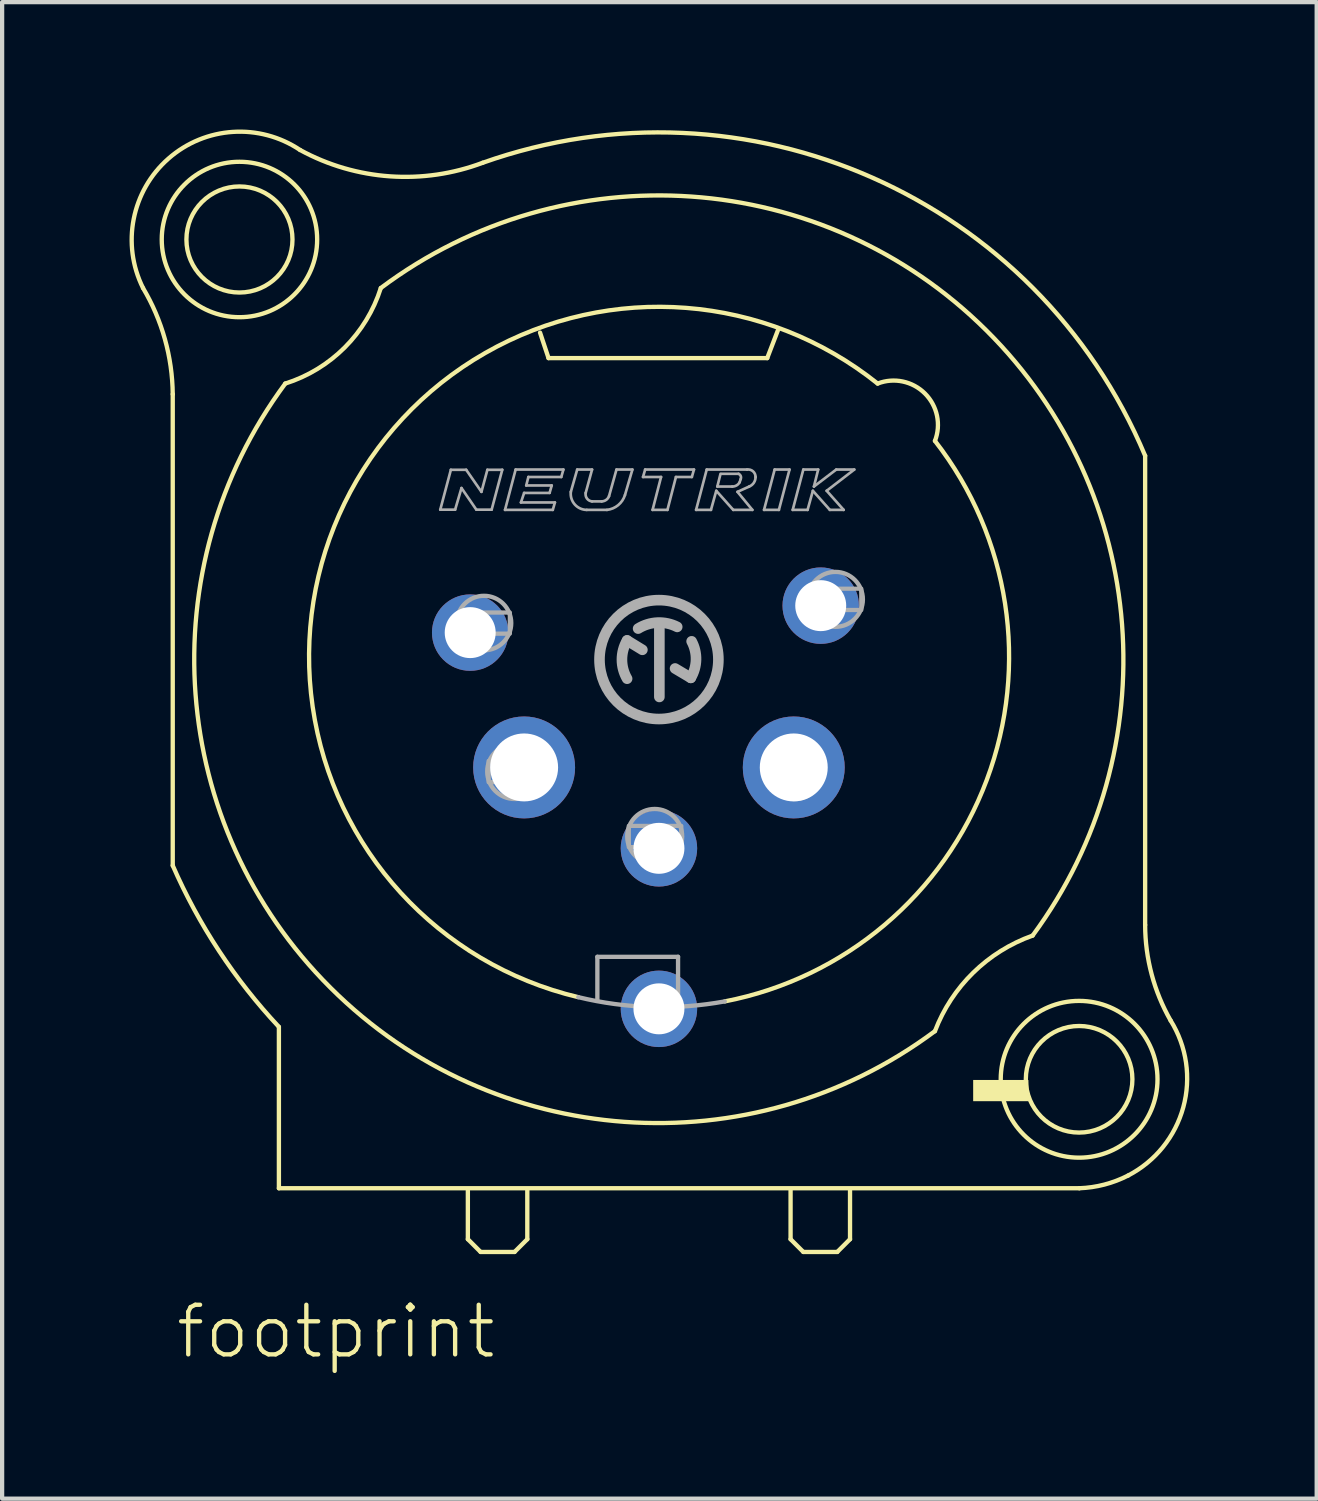
<source format=kicad_pcb>
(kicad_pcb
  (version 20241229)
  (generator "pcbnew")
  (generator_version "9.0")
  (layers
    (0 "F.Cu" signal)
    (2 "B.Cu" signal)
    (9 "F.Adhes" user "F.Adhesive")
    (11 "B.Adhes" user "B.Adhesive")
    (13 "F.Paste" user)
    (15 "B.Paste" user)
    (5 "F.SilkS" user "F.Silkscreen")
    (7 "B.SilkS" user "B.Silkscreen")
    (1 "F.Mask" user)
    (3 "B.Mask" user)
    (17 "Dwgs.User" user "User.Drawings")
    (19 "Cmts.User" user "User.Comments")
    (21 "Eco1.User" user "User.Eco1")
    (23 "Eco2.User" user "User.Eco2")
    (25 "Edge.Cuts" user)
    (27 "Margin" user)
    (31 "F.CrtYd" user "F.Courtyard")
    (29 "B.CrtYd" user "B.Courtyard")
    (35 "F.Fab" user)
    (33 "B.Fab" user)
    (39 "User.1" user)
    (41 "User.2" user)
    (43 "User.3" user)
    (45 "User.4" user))
  (footprint "footprint"
    (layer "F.Cu")
    (at 12.468 12.483)
    (property "Reference" "footprint" (at -11.43 16.51 0) (layer "F.SilkS") (effects (font (size 1.168 1.168) (thickness 0.102)) (justify left bottom)))
    (fp_line (start -11.45 -6.25) (end -11.45 4.85) (stroke (width 0.102) (type solid)) (layer "F.SilkS"))
    (fp_line (start -8.95 8.65) (end -8.95 12.45) (stroke (width 0.102) (type solid)) (layer "F.SilkS"))
    (fp_line (start -8.95 12.45) (end 9.9 12.45) (stroke (width 0.102) (type solid)) (layer "F.SilkS"))
    (fp_line (start -4.5 12.5) (end -4.5 13.65) (stroke (width 0.102) (type solid)) (layer "F.SilkS"))
    (fp_line (start -4.5 13.65) (end -4.2 13.95) (stroke (width 0.102) (type solid)) (layer "F.SilkS"))
    (fp_line (start -4.2 13.95) (end -3.4 13.95) (stroke (width 0.102) (type solid)) (layer "F.SilkS"))
    (fp_line (start -3.4 13.95) (end -3.1 13.65) (stroke (width 0.102) (type solid)) (layer "F.SilkS"))
    (fp_line (start -3.1 13.65) (end -3.1 12.5) (stroke (width 0.102) (type solid)) (layer "F.SilkS"))
    (fp_line (start -2.8 -7.7) (end -2.6 -7.1) (stroke (width 0.102) (type solid)) (layer "F.SilkS"))
    (fp_line (start -2.6 -7.1) (end 2.55 -7.1) (stroke (width 0.102) (type solid)) (layer "F.SilkS"))
    (fp_line (start 2.55 -7.1) (end 2.8 -7.75) (stroke (width 0.102) (type solid)) (layer "F.SilkS"))
    (fp_line (start 3.1 12.5) (end 3.1 13.65) (stroke (width 0.102) (type solid)) (layer "F.SilkS"))
    (fp_line (start 3.1 13.65) (end 3.4 13.95) (stroke (width 0.102) (type solid)) (layer "F.SilkS"))
    (fp_line (start 3.4 13.95) (end 4.2 13.95) (stroke (width 0.102) (type solid)) (layer "F.SilkS"))
    (fp_line (start 4.2 13.95) (end 4.5 13.65) (stroke (width 0.102) (type solid)) (layer "F.SilkS"))
    (fp_line (start 4.5 13.65) (end 4.5 12.5) (stroke (width 0.102) (type solid)) (layer "F.SilkS"))
    (fp_line (start 11.45 6.25) (end 11.45 -4.8) (stroke (width 0.102) (type solid)) (layer "F.SilkS"))
    (fp_arc (start -12.15 -8.75) (mid -11.634641 -7.5463) (end -11.45 -6.25) (stroke (width 0.1016) (type solid)) (layer "F.SilkS"))
    (fp_arc (start -12.149999 -8.75) (mid -11.550562 -11.798717) (end -8.45 -12) (stroke (width 0.1016) (type solid)) (layer "F.SilkS"))
    (fp_arc (start -8.95 8.65) (mid -10.362445 6.856872) (end -11.45 4.85) (stroke (width 0.1016) (type solid)) (layer "F.SilkS"))
    (fp_arc (start -6.55 -8.75) (mid 7.709645 -7.752825) (end 8.799998 6.499998) (stroke (width 0.1016) (type solid)) (layer "F.SilkS"))
    (fp_arc (start -6.55 -8.749999) (mid -7.399996 -7.349995) (end -8.8 -6.5) (stroke (width 0.1016) (type solid)) (layer "F.SilkS"))
    (fp_arc (start -4.15 -11.7) (mid -6.332781 -11.380141) (end -8.45 -12) (stroke (width 0.1016) (type solid)) (layer "F.SilkS"))
    (fp_arc (start -4.15 -11.7) (mid 5.021613 -11.351038) (end 11.45 -4.8) (stroke (width 0.1016) (type solid)) (layer "F.SilkS"))
    (fp_arc (start -1.9 7.95) (mid -7.405 -3.680638) (end 5.149998 -6.499999) (stroke (width 0.1016) (type solid)) (layer "F.SilkS"))
    (fp_arc (start 5.15 -6.5) (mid 6.265153 -6.265153) (end 6.5 -5.15) (stroke (width 0.1016) (type solid)) (layer "F.SilkS"))
    (fp_arc (start 6.5 -5.15) (mid 7.719787 2.835545) (end 1.550002 8.050001) (stroke (width 0.1016) (type solid)) (layer "F.SilkS"))
    (fp_arc (start 6.5 8.749999) (mid 7.402443 7.371941) (end 8.8 6.5) (stroke (width 0.1016) (type solid)) (layer "F.SilkS"))
    (fp_arc (start 6.5 8.75) (mid -7.7333 7.729886) (end -8.799998 -6.499998) (stroke (width 0.1016) (type solid)) (layer "F.SilkS"))
    (fp_arc (start 11.05 12.15) (mid 10.491533 12.363377) (end 9.9 12.45) (stroke (width 0.1016) (type solid)) (layer "F.SilkS"))
    (fp_arc (start 12.05 8.5) (mid 12.348211 10.543688) (end 11.05 12.15) (stroke (width 0.1016) (type solid)) (layer "F.SilkS"))
    (fp_arc (start 12.05 8.5) (mid 11.603713 7.41401) (end 11.45 6.25) (stroke (width 0.1016) (type solid)) (layer "F.SilkS"))
    (fp_circle (center -9.879 -9.893) (end -8.63 -9.893) (stroke (width 0.102) (type solid)) (fill no) (layer "F.SilkS"))
    (fp_circle (center -9.879 -9.893) (end -8.049 -9.893) (stroke (width 0.102) (type solid)) (fill no) (layer "F.SilkS"))
    (fp_circle (center 9.895 9.884) (end 11.15 9.884) (stroke (width 0.102) (type solid)) (fill no) (layer "F.SilkS"))
    (fp_circle (center 9.895 9.884) (end 11.741 9.884) (stroke (width 0.102) (type solid)) (fill no) (layer "F.SilkS"))
    (fp_poly (pts (xy 7.4 10.4) (xy 8.7 10.4) (xy 8.7 9.9) (xy 7.4 9.9)) (stroke (width 0) (type solid)) (fill yes) (layer "F.SilkS"))
    (fp_line (start -5.15 -3.53) (end -4.9 -4.47) (stroke (width 0.063) (type solid)) (layer "F.Fab"))
    (fp_line (start -4.9 -4.47) (end -4.54 -4.47) (stroke (width 0.063) (type solid)) (layer "F.Fab"))
    (fp_line (start -4.8 -3.53) (end -5.15 -3.53) (stroke (width 0.063) (type solid)) (layer "F.Fab"))
    (fp_line (start -4.65 -4.04) (end -4.8 -3.53) (stroke (width 0.063) (type solid)) (layer "F.Fab"))
    (fp_line (start -4.54 -4.47) (end -4.18 -3.95) (stroke (width 0.063) (type solid)) (layer "F.Fab"))
    (fp_line (start -4.3 -3.53) (end -4.65 -4.04) (stroke (width 0.063) (type solid)) (layer "F.Fab"))
    (fp_line (start -4.18 -3.95) (end -4.04 -4.47) (stroke (width 0.063) (type solid)) (layer "F.Fab"))
    (fp_line (start -4.04 -4.47) (end -3.69 -4.47) (stroke (width 0.063) (type solid)) (layer "F.Fab"))
    (fp_line (start -3.94 -3.53) (end -4.3 -3.53) (stroke (width 0.063) (type solid)) (layer "F.Fab"))
    (fp_line (start -3.69 -4.47) (end -3.94 -3.53) (stroke (width 0.063) (type solid)) (layer "F.Fab"))
    (fp_line (start -3.625 -3.525) (end -3.375 -4.475) (stroke (width 0.063) (type solid)) (layer "F.Fab"))
    (fp_line (start -3.375 -4.475) (end -2.25 -4.475) (stroke (width 0.063) (type solid)) (layer "F.Fab"))
    (fp_line (start -3.25 -3.7) (end -2.45 -3.7) (stroke (width 0.063) (type solid)) (layer "F.Fab"))
    (fp_line (start -3.175 -3.925) (end -3.25 -3.7) (stroke (width 0.063) (type solid)) (layer "F.Fab"))
    (fp_line (start -3.125 -4.1) (end -2.525 -4.1) (stroke (width 0.063) (type solid)) (layer "F.Fab"))
    (fp_line (start -3.075 -4.3) (end -3.125 -4.1) (stroke (width 0.063) (type solid)) (layer "F.Fab"))
    (fp_line (start -2.575 -3.925) (end -3.175 -3.925) (stroke (width 0.063) (type solid)) (layer "F.Fab"))
    (fp_line (start -2.525 -4.1) (end -2.575 -3.925) (stroke (width 0.063) (type solid)) (layer "F.Fab"))
    (fp_line (start -2.5 -3.525) (end -3.625 -3.525) (stroke (width 0.063) (type solid)) (layer "F.Fab"))
    (fp_line (start -2.45 -3.7) (end -2.5 -3.525) (stroke (width 0.063) (type solid)) (layer "F.Fab"))
    (fp_line (start -2.3 -4.3) (end -3.075 -4.3) (stroke (width 0.063) (type solid)) (layer "F.Fab"))
    (fp_line (start -2.25 -4.475) (end -2.3 -4.3) (stroke (width 0.063) (type solid)) (layer "F.Fab"))
    (fp_line (start -2.075 -3.95) (end -1.925 -4.475) (stroke (width 0.063) (type solid)) (layer "F.Fab"))
    (fp_line (start -1.925 -4.475) (end -1.575 -4.475) (stroke (width 0.063) (type solid)) (layer "F.Fab"))
    (fp_line (start -1.575 -4.475) (end -1.725 -3.925) (stroke (width 0.063) (type solid)) (layer "F.Fab"))
    (fp_line (start -1.575 -3.725) (end -1.35 -3.725) (stroke (width 0.063) (type solid)) (layer "F.Fab"))
    (fp_line (start -1.45 7) (end 0.45 7) (stroke (width 0.102) (type solid)) (layer "F.Fab"))
    (fp_line (start -1.45 8) (end -1.45 7) (stroke (width 0.102) (type solid)) (layer "F.Fab"))
    (fp_line (start -1.225 -3.525) (end -1.7 -3.525) (stroke (width 0.063) (type solid)) (layer "F.Fab"))
    (fp_line (start -1.175 -3.85) (end -1 -4.475) (stroke (width 0.063) (type solid)) (layer "F.Fab"))
    (fp_line (start -1 -4.475) (end -0.625 -4.475) (stroke (width 0.063) (type solid)) (layer "F.Fab"))
    (fp_line (start -0.75 -0.45) (end -0.39 -0.23) (stroke (width 0.25) (type solid)) (layer "F.Fab"))
    (fp_line (start -0.625 -4.475) (end -0.8 -3.875) (stroke (width 0.063) (type solid)) (layer "F.Fab"))
    (fp_line (start -0.375 -4.3) (end -0.325 -4.475) (stroke (width 0.063) (type solid)) (layer "F.Fab"))
    (fp_line (start -0.325 -4.475) (end 0.825 -4.475) (stroke (width 0.063) (type solid)) (layer "F.Fab"))
    (fp_line (start -0.15 -3.525) (end 0.05 -4.3) (stroke (width 0.063) (type solid)) (layer "F.Fab"))
    (fp_line (start 0.01 0.88) (end 0.01 -0.78) (stroke (width 0.25) (type solid)) (layer "F.Fab"))
    (fp_line (start 0.05 -4.3) (end -0.375 -4.3) (stroke (width 0.063) (type solid)) (layer "F.Fab"))
    (fp_line (start 0.2 -3.525) (end -0.15 -3.525) (stroke (width 0.063) (type solid)) (layer "F.Fab"))
    (fp_line (start 0.38 0.21) (end 0.75 0.43) (stroke (width 0.25) (type solid)) (layer "F.Fab"))
    (fp_line (start 0.4 -4.3) (end 0.2 -3.525) (stroke (width 0.063) (type solid)) (layer "F.Fab"))
    (fp_line (start 0.45 7) (end 0.45 8.15) (stroke (width 0.102) (type solid)) (layer "F.Fab"))
    (fp_line (start 0.775 -4.3) (end 0.4 -4.3) (stroke (width 0.063) (type solid)) (layer "F.Fab"))
    (fp_line (start 0.825 -4.475) (end 0.775 -4.3) (stroke (width 0.063) (type solid)) (layer "F.Fab"))
    (fp_line (start 0.875 -3.525) (end 1.125 -4.475) (stroke (width 0.063) (type solid)) (layer "F.Fab"))
    (fp_line (start 1.125 -4.475) (end 2.075 -4.475) (stroke (width 0.063) (type solid)) (layer "F.Fab"))
    (fp_line (start 1.225 -3.525) (end 0.875 -3.525) (stroke (width 0.063) (type solid)) (layer "F.Fab"))
    (fp_line (start 1.35 -3.975) (end 1.225 -3.525) (stroke (width 0.063) (type solid)) (layer "F.Fab"))
    (fp_line (start 1.375 -4.075) (end 1.725 -4.075) (stroke (width 0.063) (type solid)) (layer "F.Fab"))
    (fp_line (start 1.45 -4.375) (end 1.375 -4.075) (stroke (width 0.063) (type solid)) (layer "F.Fab"))
    (fp_line (start 1.75 -3.525) (end 1.35 -3.975) (stroke (width 0.063) (type solid)) (layer "F.Fab"))
    (fp_line (start 1.85 -3.95) (end 2.2 -3.525) (stroke (width 0.063) (type solid)) (layer "F.Fab"))
    (fp_line (start 1.875 -4.375) (end 1.475 -4.375) (stroke (width 0.063) (type solid)) (layer "F.Fab"))
    (fp_line (start 1.9 -4.175) (end 1.925 -4.25) (stroke (width 0.063) (type solid)) (layer "F.Fab"))
    (fp_line (start 2.125 -4.075) (end 1.85 -3.95) (stroke (width 0.063) (type solid)) (layer "F.Fab"))
    (fp_line (start 2.2 -3.525) (end 1.75 -3.525) (stroke (width 0.063) (type solid)) (layer "F.Fab"))
    (fp_line (start 2.475 -3.525) (end 2.725 -4.475) (stroke (width 0.063) (type solid)) (layer "F.Fab"))
    (fp_line (start 2.725 -4.475) (end 3.075 -4.475) (stroke (width 0.063) (type solid)) (layer "F.Fab"))
    (fp_line (start 2.825 -3.525) (end 2.475 -3.525) (stroke (width 0.063) (type solid)) (layer "F.Fab"))
    (fp_line (start 3.075 -4.475) (end 2.825 -3.525) (stroke (width 0.063) (type solid)) (layer "F.Fab"))
    (fp_line (start 3.15 -3.525) (end 3.5 -3.525) (stroke (width 0.063) (type solid)) (layer "F.Fab"))
    (fp_line (start 3.4 -4.475) (end 3.15 -3.525) (stroke (width 0.063) (type solid)) (layer "F.Fab"))
    (fp_line (start 3.5 -3.525) (end 3.625 -3.975) (stroke (width 0.063) (type solid)) (layer "F.Fab"))
    (fp_line (start 3.625 -3.975) (end 4.025 -3.525) (stroke (width 0.063) (type solid)) (layer "F.Fab"))
    (fp_line (start 3.65 -4.075) (end 3.75 -4.475) (stroke (width 0.063) (type solid)) (layer "F.Fab"))
    (fp_line (start 3.75 -4.475) (end 3.4 -4.475) (stroke (width 0.063) (type solid)) (layer "F.Fab"))
    (fp_line (start 3.95 -3.975) (end 4.6 -4.475) (stroke (width 0.063) (type solid)) (layer "F.Fab"))
    (fp_line (start 4.025 -3.525) (end 4.35 -3.525) (stroke (width 0.063) (type solid)) (layer "F.Fab"))
    (fp_line (start 4.175 -4.475) (end 3.65 -4.075) (stroke (width 0.063) (type solid)) (layer "F.Fab"))
    (fp_line (start 4.35 -3.525) (end 3.95 -3.975) (stroke (width 0.063) (type solid)) (layer "F.Fab"))
    (fp_line (start 4.6 -4.475) (end 4.175 -4.475) (stroke (width 0.063) (type solid)) (layer "F.Fab"))
    (fp_arc (start -1.7 -3.525) (mid -1.982521 -3.653658) (end -2.075 -3.95) (stroke (width 0.0634) (type solid)) (layer "F.Fab"))
    (fp_arc (start -1.575001 -3.724999) (mid -1.694241 -3.79182) (end -1.725 -3.925) (stroke (width 0.0634) (type solid)) (layer "F.Fab"))
    (fp_arc (start -1.175001 -3.849999) (mid -1.243029 -3.76024) (end -1.35 -3.725) (stroke (width 0.0634) (type solid)) (layer "F.Fab"))
    (fp_arc (start -0.8 -3.875) (mid -0.960298 -3.636613) (end -1.224999 -3.525) (stroke (width 0.0634) (type solid)) (layer "F.Fab"))
    (fp_arc (start -0.75 0.45) (mid -0.871403 0) (end -0.75 -0.45) (stroke (width 0.25) (type solid)) (layer "F.Fab"))
    (fp_arc (start -0.49 -0.73) (mid -0.035247 -0.870661) (end 0.429999 -0.77) (stroke (width 0.25) (type solid)) (layer "F.Fab"))
    (fp_arc (start 0.769999 -0.430001) (mid 0.873225 0.002632) (end 0.75 0.43) (stroke (width 0.25) (type solid)) (layer "F.Fab"))
    (fp_arc (start 1.55 8.05) (mid -0.180258 8.181405) (end -1.9 7.95) (stroke (width 0.1016) (type solid)) (layer "F.Fab"))
    (fp_arc (start 1.875 -4.375) (mid 1.925888 -4.322855) (end 1.925 -4.25) (stroke (width 0.0634) (type solid)) (layer "F.Fab"))
    (fp_arc (start 1.899999 -4.175) (mid 1.82636 -4.100745) (end 1.725 -4.075) (stroke (width 0.0634) (type solid)) (layer "F.Fab"))
    (fp_arc (start 2.075 -4.475) (mid 2.215619 -4.43392) (end 2.275 -4.299998) (stroke (width 0.0634) (type solid)) (layer "F.Fab"))
    (fp_arc (start 2.275 -4.3) (mid 2.235142 -4.164071) (end 2.125 -4.074999) (stroke (width 0.0634) (type solid)) (layer "F.Fab"))
    (fp_circle (center -4.12 -0.86) (end -3.478 -0.86) (stroke (width 0.102) (type solid)) (fill no) (layer "F.Fab"))
    (fp_circle (center -3.397 2.636) (end -2.75 2.636) (stroke (width 0.102) (type solid)) (fill no) (layer "F.Fab"))
    (fp_circle (center -0.1 4.165) (end 0.547 4.165) (stroke (width 0.102) (type solid)) (fill no) (layer "F.Fab"))
    (fp_circle (center 0 0) (end 1.4 0) (stroke (width 0.25) (type solid)) (fill no) (layer "F.Fab"))
    (fp_circle (center 3.196 2.637) (end 3.844 2.637) (stroke (width 0.102) (type solid)) (fill no) (layer "F.Fab"))
    (fp_circle (center 4.156 -1.418) (end 4.803 -1.418) (stroke (width 0.102) (type solid)) (fill no) (layer "F.Fab"))
    (fp_poly (pts (xy -4.011 2.887) (xy -2.797 2.887) (xy -2.797 2.386) (xy -4.011 2.386)) (stroke (width 0.1) (type solid)) (fill no) (layer "F.Fab"))
    (fp_poly (pts (xy -3.511 -1.108) (xy -4.727 -1.108) (xy -4.727 -0.61) (xy -3.511 -0.61)) (stroke (width 0.1) (type solid)) (fill no) (layer "F.Fab"))
    (fp_poly (pts (xy -0.71 4.416) (xy 0.526 4.416) (xy 0.526 3.917) (xy -0.71 3.917)) (stroke (width 0.1) (type solid)) (fill no) (layer "F.Fab"))
    (fp_poly (pts (xy 2.56 2.889) (xy 3.797 2.889) (xy 3.797 2.388) (xy 2.56 2.388)) (stroke (width 0.1) (type solid)) (fill no) (layer "F.Fab"))
    (fp_poly (pts (xy 4.765 -1.669) (xy 3.546 -1.669) (xy 3.546 -1.168) (xy 4.765 -1.168)) (stroke (width 0.1) (type solid)) (fill no) (layer "F.Fab"))
    (pad "1" thru_hole circle (at -4.445 -0.635) (size 1.8 1.8) (drill 1.2) (layers "*.Cu" "*.Mask"))
    (pad "2" thru_hole circle (at -3.175 2.54) (size 2.4 2.4) (drill 1.6) (layers "*.Cu" "*.Mask"))
    (pad "3" thru_hole circle (at 0 4.445) (size 1.8 1.8) (drill 1.2) (layers "*.Cu" "*.Mask"))
    (pad "4" thru_hole circle (at 3.175 2.54) (size 2.4 2.4) (drill 1.6) (layers "*.Cu" "*.Mask"))
    (pad "5" thru_hole circle (at 3.81 -1.27) (size 1.8 1.8) (drill 1.2) (layers "*.Cu" "*.Mask"))
    (pad "G" thru_hole circle (at 0 8.225) (size 1.8 1.8) (drill 1.2) (layers "*.Cu" "*.Mask")))
  (gr_rect
    (start -3 -3)
    (end 27.958 32.243)
    (stroke (width 0.1) (type default))
    (fill no)
    (layer "Edge.Cuts")))
</source>
